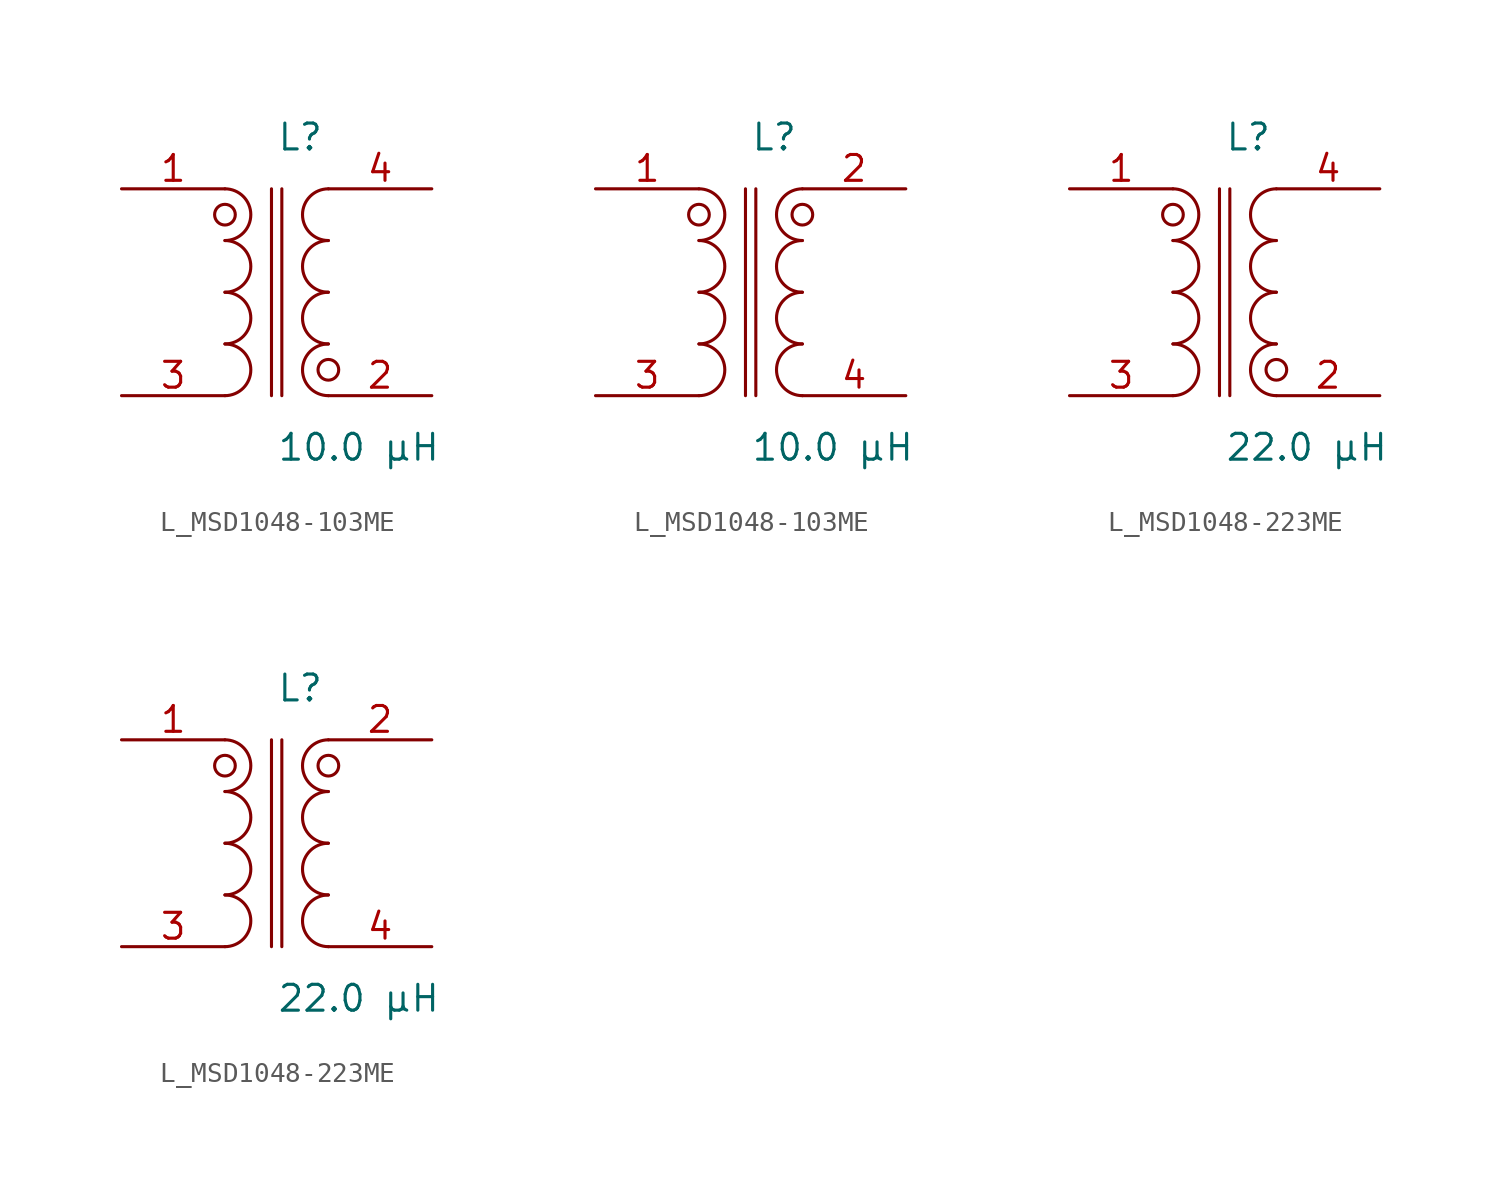
<source format=kicad_sym>
(kicad_symbol_lib
  (version 20231120)
  (generator kicad_symbol_editor)
  (generator_version 8.0)
  (symbol "L_MSD1048-103ME"
    (pin_names
      (offset 0.254))
    (property "Reference" "L"
      (at 0.0 7.62 0)
      (effects (font (size 1.27 1.27)) (justify left)))
    (property "Value" "10.0 µH"
      (at 0.0 -7.62 0)
      (effects (font (size 1.27 1.27)) (justify left)))
    (symbol "L_MSD1048-103ME_1_1"
      (arc (start -2.54 -5.08) (mid -1.27 -3.81) (end -2.54 -2.54) (stroke (width 0) (type default)) (fill (type none)))
      (arc (start -2.54 -2.54) (mid -1.27 -1.27) (end -2.54 0.0) (stroke (width 0) (type default)) (fill (type none)))
      (arc (start -2.54 0.0) (mid -1.27 1.27) (end -2.54 2.54) (stroke (width 0) (type default)) (fill (type none)))
      (arc (start -2.54 2.54) (mid -1.27 3.81) (end -2.54 5.08) (stroke (width 0) (type default)) (fill (type none)))
      (arc (start 2.54 -5.08) (mid 1.27 -3.81) (end 2.54 -2.54) (stroke (width 0) (type default)) (fill (type none)))
      (arc (start 2.54 -2.54) (mid 1.27 -1.27) (end 2.54 0.0) (stroke (width 0) (type default)) (fill (type none)))
      (arc (start 2.54 0.0) (mid 1.27 1.27) (end 2.54 2.54) (stroke (width 0) (type default)) (fill (type none)))
      (arc (start 2.54 2.54) (mid 1.27 3.81) (end 2.54 5.08) (stroke (width 0) (type default)) (fill (type none)))
      (circle (center -2.54 3.81) (radius 0.508) (stroke (width 0) (type default)) (fill (type none)))
      (circle (center 2.54 -3.81) (radius 0.508) (stroke (width 0) (type default)) (fill (type none)))
      (polyline (pts (xy -0.254 5.08) (xy -0.254 -5.08)) (stroke (width 0) (type default)) (fill (type none)))
      (polyline (pts (xy 0.254 5.08) (xy 0.254 -5.08)) (stroke (width 0) (type default)) (fill (type none)))
      (pin unspecified line (at -7.62 5.08 0) (length 5.08) (name "" (effects (font (size 1.27 1.27)))) (number "1" (effects (font (size 1.27 1.27)))))
      (pin unspecified line (at -7.62 -5.08 0) (length 5.08) (name "" (effects (font (size 1.27 1.27)))) (number "3" (effects (font (size 1.27 1.27)))))
      (pin unspecified line (at 7.62 5.08 180) (length 5.08) (name "" (effects (font (size 1.27 1.27)))) (number "4" (effects (font (size 1.27 1.27)))))
      (pin unspecified line (at 7.62 -5.08 180) (length 5.08) (name "" (effects (font (size 1.27 1.27)))) (number "2" (effects (font (size 1.27 1.27))))))
    (symbol "L_MSD1048-103ME_1_2"
      (arc (start -2.54 -5.08) (mid -1.27 -3.81) (end -2.54 -2.54) (stroke (width 0) (type default)) (fill (type none)))
      (arc (start -2.54 -2.54) (mid -1.27 -1.27) (end -2.54 0.0) (stroke (width 0) (type default)) (fill (type none)))
      (arc (start -2.54 0.0) (mid -1.27 1.27) (end -2.54 2.54) (stroke (width 0) (type default)) (fill (type none)))
      (arc (start -2.54 2.54) (mid -1.27 3.81) (end -2.54 5.08) (stroke (width 0) (type default)) (fill (type none)))
      (arc (start 2.54 -5.08) (mid 1.27 -3.81) (end 2.54 -2.54) (stroke (width 0) (type default)) (fill (type none)))
      (arc (start 2.54 -2.54) (mid 1.27 -1.27) (end 2.54 0.0) (stroke (width 0) (type default)) (fill (type none)))
      (arc (start 2.54 0.0) (mid 1.27 1.27) (end 2.54 2.54) (stroke (width 0) (type default)) (fill (type none)))
      (arc (start 2.54 2.54) (mid 1.27 3.81) (end 2.54 5.08) (stroke (width 0) (type default)) (fill (type none)))
      (circle (center -2.54 3.81) (radius 0.508) (stroke (width 0) (type default)) (fill (type none)))
      (circle (center 2.54 3.81) (radius 0.508) (stroke (width 0) (type default)) (fill (type none)))
      (polyline (pts (xy -0.254 5.08) (xy -0.254 -5.08)) (stroke (width 0) (type default)) (fill (type none)))
      (polyline (pts (xy 0.254 5.08) (xy 0.254 -5.08)) (stroke (width 0) (type default)) (fill (type none)))
      (pin unspecified line (at -7.62 5.08 0) (length 5.08) (name "" (effects (font (size 1.27 1.27)))) (number "1" (effects (font (size 1.27 1.27)))))
      (pin unspecified line (at -7.62 -5.08 0) (length 5.08) (name "" (effects (font (size 1.27 1.27)))) (number "3" (effects (font (size 1.27 1.27)))))
      (pin unspecified line (at 7.62 -5.08 180) (length 5.08) (name "" (effects (font (size 1.27 1.27)))) (number "4" (effects (font (size 1.27 1.27)))))
      (pin unspecified line (at 7.62 5.08 180) (length 5.08) (name "" (effects (font (size 1.27 1.27)))) (number "2" (effects (font (size 1.27 1.27)))))))
  (symbol "L_MSD1048-223ME"
    (pin_names
      (offset 0.254))
    (property "Reference" "L"
      (at 0.0 7.62 0)
      (effects (font (size 1.27 1.27)) (justify left)))
    (property "Value" "22.0 µH"
      (at 0.0 -7.62 0)
      (effects (font (size 1.27 1.27)) (justify left)))
    (symbol "L_MSD1048-223ME_1_1"
      (arc (start -2.54 -5.08) (mid -1.27 -3.81) (end -2.54 -2.54) (stroke (width 0) (type default)) (fill (type none)))
      (arc (start -2.54 -2.54) (mid -1.27 -1.27) (end -2.54 0.0) (stroke (width 0) (type default)) (fill (type none)))
      (arc (start -2.54 0.0) (mid -1.27 1.27) (end -2.54 2.54) (stroke (width 0) (type default)) (fill (type none)))
      (arc (start -2.54 2.54) (mid -1.27 3.81) (end -2.54 5.08) (stroke (width 0) (type default)) (fill (type none)))
      (arc (start 2.54 -5.08) (mid 1.27 -3.81) (end 2.54 -2.54) (stroke (width 0) (type default)) (fill (type none)))
      (arc (start 2.54 -2.54) (mid 1.27 -1.27) (end 2.54 0.0) (stroke (width 0) (type default)) (fill (type none)))
      (arc (start 2.54 0.0) (mid 1.27 1.27) (end 2.54 2.54) (stroke (width 0) (type default)) (fill (type none)))
      (arc (start 2.54 2.54) (mid 1.27 3.81) (end 2.54 5.08) (stroke (width 0) (type default)) (fill (type none)))
      (circle (center -2.54 3.81) (radius 0.508) (stroke (width 0) (type default)) (fill (type none)))
      (circle (center 2.54 -3.81) (radius 0.508) (stroke (width 0) (type default)) (fill (type none)))
      (polyline (pts (xy -0.254 5.08) (xy -0.254 -5.08)) (stroke (width 0) (type default)) (fill (type none)))
      (polyline (pts (xy 0.254 5.08) (xy 0.254 -5.08)) (stroke (width 0) (type default)) (fill (type none)))
      (pin unspecified line (at -7.62 5.08 0) (length 5.08) (name "" (effects (font (size 1.27 1.27)))) (number "1" (effects (font (size 1.27 1.27)))))
      (pin unspecified line (at -7.62 -5.08 0) (length 5.08) (name "" (effects (font (size 1.27 1.27)))) (number "3" (effects (font (size 1.27 1.27)))))
      (pin unspecified line (at 7.62 5.08 180) (length 5.08) (name "" (effects (font (size 1.27 1.27)))) (number "4" (effects (font (size 1.27 1.27)))))
      (pin unspecified line (at 7.62 -5.08 180) (length 5.08) (name "" (effects (font (size 1.27 1.27)))) (number "2" (effects (font (size 1.27 1.27))))))
    (symbol "L_MSD1048-223ME_1_2"
      (arc (start -2.54 -5.08) (mid -1.27 -3.81) (end -2.54 -2.54) (stroke (width 0) (type default)) (fill (type none)))
      (arc (start -2.54 -2.54) (mid -1.27 -1.27) (end -2.54 0.0) (stroke (width 0) (type default)) (fill (type none)))
      (arc (start -2.54 0.0) (mid -1.27 1.27) (end -2.54 2.54) (stroke (width 0) (type default)) (fill (type none)))
      (arc (start -2.54 2.54) (mid -1.27 3.81) (end -2.54 5.08) (stroke (width 0) (type default)) (fill (type none)))
      (arc (start 2.54 -5.08) (mid 1.27 -3.81) (end 2.54 -2.54) (stroke (width 0) (type default)) (fill (type none)))
      (arc (start 2.54 -2.54) (mid 1.27 -1.27) (end 2.54 0.0) (stroke (width 0) (type default)) (fill (type none)))
      (arc (start 2.54 0.0) (mid 1.27 1.27) (end 2.54 2.54) (stroke (width 0) (type default)) (fill (type none)))
      (arc (start 2.54 2.54) (mid 1.27 3.81) (end 2.54 5.08) (stroke (width 0) (type default)) (fill (type none)))
      (circle (center -2.54 3.81) (radius 0.508) (stroke (width 0) (type default)) (fill (type none)))
      (circle (center 2.54 3.81) (radius 0.508) (stroke (width 0) (type default)) (fill (type none)))
      (polyline (pts (xy -0.254 5.08) (xy -0.254 -5.08)) (stroke (width 0) (type default)) (fill (type none)))
      (polyline (pts (xy 0.254 5.08) (xy 0.254 -5.08)) (stroke (width 0) (type default)) (fill (type none)))
      (pin unspecified line (at -7.62 5.08 0) (length 5.08) (name "" (effects (font (size 1.27 1.27)))) (number "1" (effects (font (size 1.27 1.27)))))
      (pin unspecified line (at -7.62 -5.08 0) (length 5.08) (name "" (effects (font (size 1.27 1.27)))) (number "3" (effects (font (size 1.27 1.27)))))
      (pin unspecified line (at 7.62 -5.08 180) (length 5.08) (name "" (effects (font (size 1.27 1.27)))) (number "4" (effects (font (size 1.27 1.27)))))
      (pin unspecified line (at 7.62 5.08 180) (length 5.08) (name "" (effects (font (size 1.27 1.27)))) (number "2" (effects (font (size 1.27 1.27))))))))
</source>
